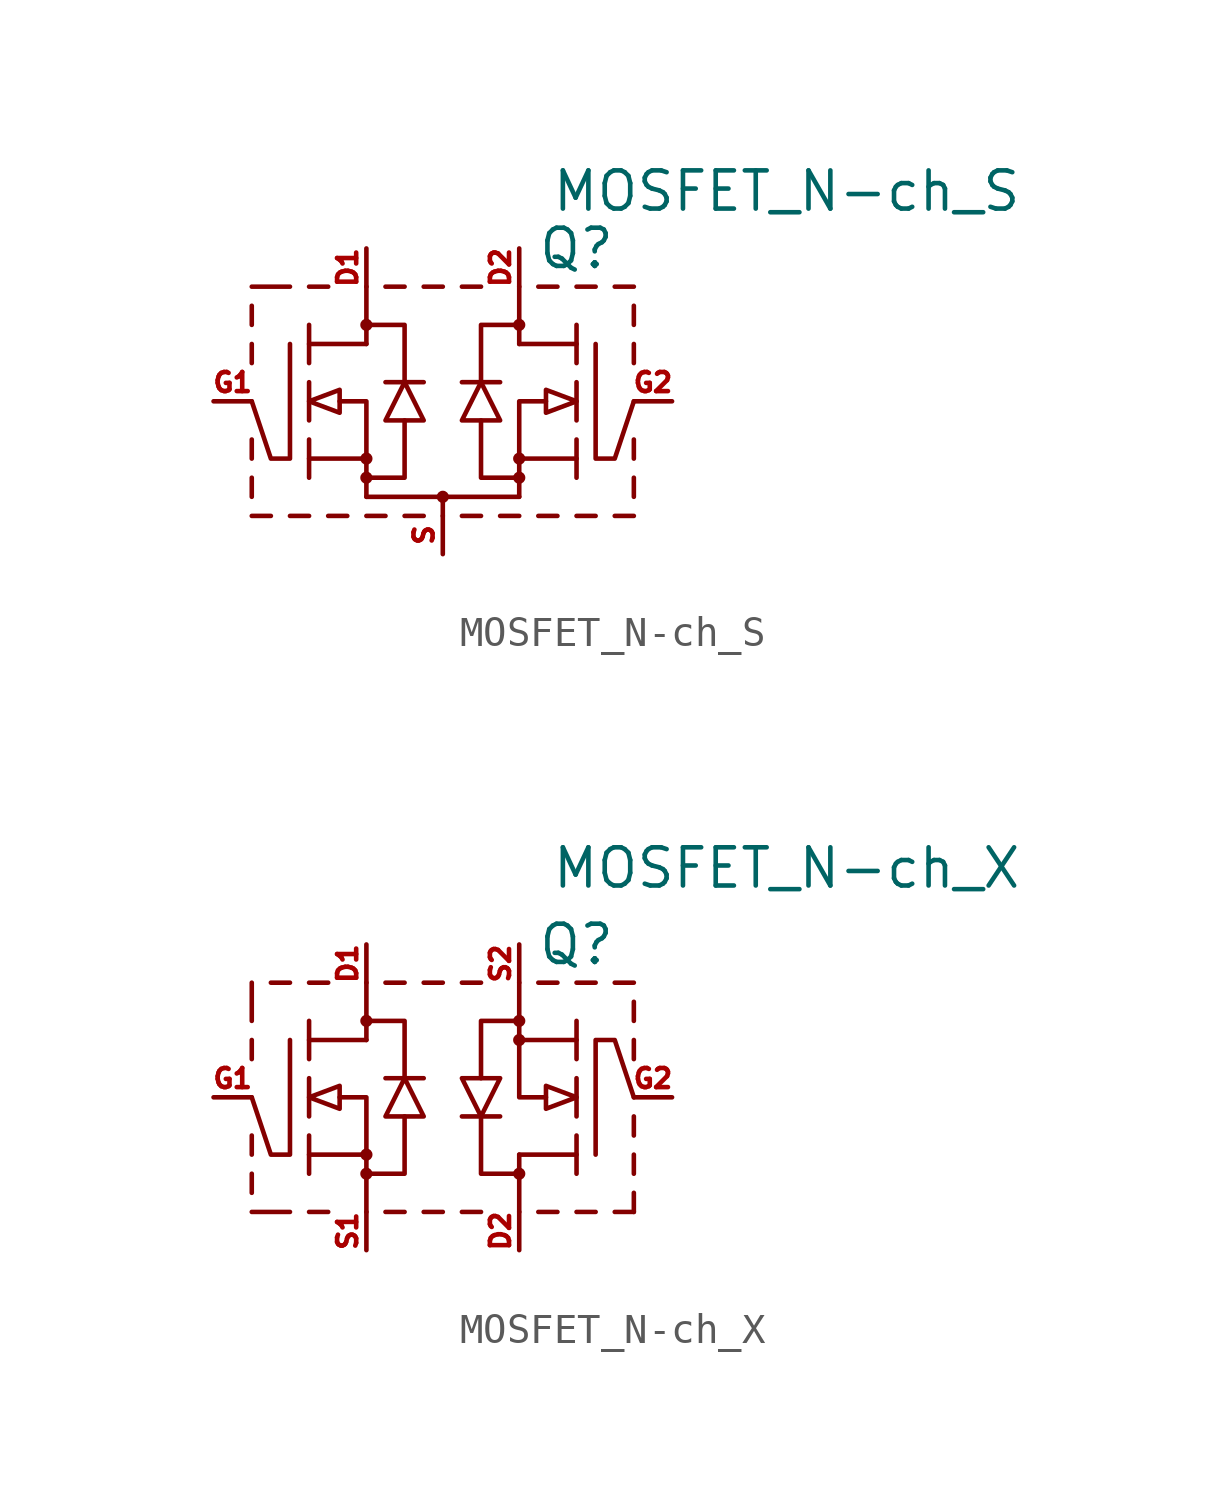
<source format=kicad_sym>
(kicad_symbol_lib
  (version 20211014)
  (generator kicad_symbol_editor)
  (symbol "MOSFET_N-ch_S"
    (pin_names hide)
    (property "Reference" "Q"
      (at 4.445 5.08 0)
      (effects (font (size 1.27 1.27))))
    (property "Value" "MOSFET_N-ch_S"
      (at 11.43 6.985 0)
      (effects (font (size 1.27 1.27))))
    (symbol "MOSFET_N-ch_S_0_1"
      (circle (center -2.54 -2.54) (radius 0.127) (stroke (width 0) (type default) (color 0 0 0 0)) (fill (type outline)))
      (circle (center -2.54 -1.905) (radius 0.127) (stroke (width 0) (type default) (color 0 0 0 0)) (fill (type outline)))
      (circle (center -2.54 2.54) (radius 0.127) (stroke (width 0) (type default) (color 0 0 0 0)) (fill (type outline)))
      (circle (center 0 -3.175) (radius 0.127) (stroke (width 0) (type default) (color 0 0 0 0)) (fill (type outline)))
      (polyline (pts (xy -6.35 -3.175) (xy -6.35 -2.54)) (stroke (width 0) (type default) (color 0 0 0 0)) (fill (type none)))
      (polyline (pts (xy -6.35 -1.905) (xy -6.35 -1.27)) (stroke (width 0) (type default) (color 0 0 0 0)) (fill (type none)))
      (polyline (pts (xy -6.35 1.27) (xy -6.35 1.905)) (stroke (width 0) (type default) (color 0 0 0 0)) (fill (type none)))
      (polyline (pts (xy -6.35 2.54) (xy -6.35 3.175)) (stroke (width 0) (type default) (color 0 0 0 0)) (fill (type none)))
      (polyline (pts (xy -6.35 3.81) (xy -5.08 3.81)) (stroke (width 0) (type default) (color 0 0 0 0)) (fill (type none)))
      (polyline (pts (xy -5.715 -3.81) (xy -6.35 -3.81)) (stroke (width 0) (type default) (color 0 0 0 0)) (fill (type none)))
      (polyline (pts (xy -4.445 -3.81) (xy -5.08 -3.81)) (stroke (width 0) (type default) (color 0 0 0 0)) (fill (type none)))
      (polyline (pts (xy -4.445 -1.905) (xy -2.54 -1.905)) (stroke (width 0) (type default) (color 0 0 0 0)) (fill (type none)))
      (polyline (pts (xy -4.445 -1.27) (xy -4.445 -2.54)) (stroke (width 0) (type default) (color 0 0 0 0)) (fill (type none)))
      (polyline (pts (xy -4.445 0.635) (xy -4.445 -0.635)) (stroke (width 0) (type default) (color 0 0 0 0)) (fill (type none)))
      (polyline (pts (xy -4.445 1.905) (xy -2.54 1.905)) (stroke (width 0) (type default) (color 0 0 0 0)) (fill (type none)))
      (polyline (pts (xy -4.445 2.54) (xy -4.445 1.27)) (stroke (width 0) (type default) (color 0 0 0 0)) (fill (type none)))
      (polyline (pts (xy -4.445 3.81) (xy -3.81 3.81)) (stroke (width 0) (type default) (color 0 0 0 0)) (fill (type none)))
      (polyline (pts (xy -3.175 -3.81) (xy -3.81 -3.81)) (stroke (width 0) (type default) (color 0 0 0 0)) (fill (type none)))
      (polyline (pts (xy -2.54 -3.175) (xy 2.54 -3.175)) (stroke (width 0) (type default) (color 0 0 0 0)) (fill (type none)))
      (polyline (pts (xy -2.54 -1.905) (xy -2.54 -3.175)) (stroke (width 0) (type default) (color 0 0 0 0)) (fill (type none)))
      (polyline (pts (xy -2.54 3.81) (xy -2.54 1.905)) (stroke (width 0) (type default) (color 0 0 0 0)) (fill (type none)))
      (polyline (pts (xy -1.905 -3.81) (xy -2.54 -3.81)) (stroke (width 0) (type default) (color 0 0 0 0)) (fill (type none)))
      (polyline (pts (xy -1.905 0.635) (xy -0.635 0.635)) (stroke (width 0) (type default) (color 0 0 0 0)) (fill (type none)))
      (polyline (pts (xy -1.905 3.81) (xy -1.27 3.81)) (stroke (width 0) (type default) (color 0 0 0 0)) (fill (type none)))
      (polyline (pts (xy -0.635 -3.81) (xy -1.27 -3.81)) (stroke (width 0) (type default) (color 0 0 0 0)) (fill (type none)))
      (polyline (pts (xy -0.635 3.81) (xy 0 3.81)) (stroke (width 0) (type default) (color 0 0 0 0)) (fill (type none)))
      (polyline (pts (xy 0 -3.81) (xy 0 -3.175)) (stroke (width 0) (type default) (color 0 0 0 0)) (fill (type none)))
      (polyline (pts (xy 0.635 3.81) (xy 1.27 3.81)) (stroke (width 0) (type default) (color 0 0 0 0)) (fill (type none)))
      (polyline (pts (xy 1.27 -3.81) (xy 0.635 -3.81)) (stroke (width 0) (type default) (color 0 0 0 0)) (fill (type none)))
      (polyline (pts (xy 1.905 0.635) (xy 0.635 0.635)) (stroke (width 0) (type default) (color 0 0 0 0)) (fill (type none)))
      (polyline (pts (xy 2.54 -3.81) (xy 1.905 -3.81)) (stroke (width 0) (type default) (color 0 0 0 0)) (fill (type none)))
      (polyline (pts (xy 2.54 -3.175) (xy 2.54 -1.905)) (stroke (width 0) (type default) (color 0 0 0 0)) (fill (type none)))
      (polyline (pts (xy 2.54 1.905) (xy 2.54 3.81)) (stroke (width 0) (type default) (color 0 0 0 0)) (fill (type none)))
      (polyline (pts (xy 3.175 3.81) (xy 3.81 3.81)) (stroke (width 0) (type default) (color 0 0 0 0)) (fill (type none)))
      (polyline (pts (xy 3.81 -3.81) (xy 3.175 -3.81)) (stroke (width 0) (type default) (color 0 0 0 0)) (fill (type none)))
      (polyline (pts (xy 4.445 -1.905) (xy 2.54 -1.905)) (stroke (width 0) (type default) (color 0 0 0 0)) (fill (type none)))
      (polyline (pts (xy 4.445 -1.27) (xy 4.445 -2.54)) (stroke (width 0) (type default) (color 0 0 0 0)) (fill (type none)))
      (polyline (pts (xy 4.445 0.635) (xy 4.445 -0.635)) (stroke (width 0) (type default) (color 0 0 0 0)) (fill (type none)))
      (polyline (pts (xy 4.445 1.905) (xy 2.54 1.905)) (stroke (width 0) (type default) (color 0 0 0 0)) (fill (type none)))
      (polyline (pts (xy 4.445 2.54) (xy 4.445 1.27)) (stroke (width 0) (type default) (color 0 0 0 0)) (fill (type none)))
      (polyline (pts (xy 4.445 3.81) (xy 5.08 3.81)) (stroke (width 0) (type default) (color 0 0 0 0)) (fill (type none)))
      (polyline (pts (xy 5.08 -3.81) (xy 4.445 -3.81)) (stroke (width 0) (type default) (color 0 0 0 0)) (fill (type none)))
      (polyline (pts (xy 5.715 3.81) (xy 6.35 3.81)) (stroke (width 0) (type default) (color 0 0 0 0)) (fill (type none)))
      (polyline (pts (xy 6.35 -3.81) (xy 5.715 -3.81)) (stroke (width 0) (type default) (color 0 0 0 0)) (fill (type none)))
      (polyline (pts (xy 6.35 -2.54) (xy 6.35 -3.175)) (stroke (width 0) (type default) (color 0 0 0 0)) (fill (type none)))
      (polyline (pts (xy 6.35 -1.27) (xy 6.35 -1.905)) (stroke (width 0) (type default) (color 0 0 0 0)) (fill (type none)))
      (polyline (pts (xy 6.35 1.905) (xy 6.35 1.27)) (stroke (width 0) (type default) (color 0 0 0 0)) (fill (type none)))
      (polyline (pts (xy 6.35 3.175) (xy 6.35 2.54)) (stroke (width 0) (type default) (color 0 0 0 0)) (fill (type none)))
      (polyline (pts (xy -3.429 0) (xy -2.54 0) (xy -2.54 -1.905)) (stroke (width 0) (type default) (color 0 0 0 0)) (fill (type none)))
      (polyline (pts (xy -2.54 -2.54) (xy -1.27 -2.54) (xy -1.27 -0.635)) (stroke (width 0) (type default) (color 0 0 0 0)) (fill (type none)))
      (polyline (pts (xy -2.54 2.54) (xy -1.27 2.54) (xy -1.27 0.635)) (stroke (width 0) (type default) (color 0 0 0 0)) (fill (type none)))
      (polyline (pts (xy 2.54 -2.54) (xy 1.27 -2.54) (xy 1.27 -0.635)) (stroke (width 0) (type default) (color 0 0 0 0)) (fill (type none)))
      (polyline (pts (xy 2.54 2.54) (xy 1.27 2.54) (xy 1.27 0.635)) (stroke (width 0) (type default) (color 0 0 0 0)) (fill (type none)))
      (polyline (pts (xy 3.429 0) (xy 2.54 0) (xy 2.54 -1.905)) (stroke (width 0) (type default) (color 0 0 0 0)) (fill (type none)))
      (polyline (pts (xy -5.08 1.905) (xy -5.08 -1.905) (xy -5.715 -1.905) (xy -6.35 0)) (stroke (width 0) (type default) (color 0 0 0 0)) (fill (type none)))
      (polyline (pts (xy -4.445 0) (xy -3.429 0.381) (xy -3.429 -0.381) (xy -4.445 0)) (stroke (width 0) (type default) (color 0 0 0 0)) (fill (type none)))
      (polyline (pts (xy -1.27 0.635) (xy -1.905 -0.635) (xy -0.635 -0.635) (xy -1.27 0.635)) (stroke (width 0) (type default) (color 0 0 0 0)) (fill (type none)))
      (polyline (pts (xy 1.27 0.635) (xy 1.905 -0.635) (xy 0.635 -0.635) (xy 1.27 0.635)) (stroke (width 0) (type default) (color 0 0 0 0)) (fill (type none)))
      (polyline (pts (xy 4.445 0) (xy 3.429 0.381) (xy 3.429 -0.381) (xy 4.445 0)) (stroke (width 0) (type default) (color 0 0 0 0)) (fill (type none)))
      (polyline (pts (xy 5.08 1.905) (xy 5.08 -1.905) (xy 5.715 -1.905) (xy 6.35 0)) (stroke (width 0) (type default) (color 0 0 0 0)) (fill (type none)))
      (circle (center 2.54 -2.54) (radius 0.127) (stroke (width 0) (type default) (color 0 0 0 0)) (fill (type outline)))
      (circle (center 2.54 -1.905) (radius 0.127) (stroke (width 0) (type default) (color 0 0 0 0)) (fill (type outline)))
      (circle (center 2.54 2.54) (radius 0.127) (stroke (width 0) (type default) (color 0 0 0 0)) (fill (type outline))))
    (symbol "MOSFET_N-ch_S_1_1"
      (pin passive line (at -2.54 5.08 270) (length 1.27) (name "Drain" (effects (font (size 0.635 0.635)))) (number "D1" (effects (font (size 0.635 0.635)))))
      (pin passive line (at 2.54 5.08 270) (length 1.27) (name "Drain" (effects (font (size 0.635 0.635)))) (number "D2" (effects (font (size 0.635 0.635)))))
      (pin passive line (at -7.62 0 0) (length 1.27) (name "Gate" (effects (font (size 0.635 0.635)))) (number "G1" (effects (font (size 0.635 0.635)))))
      (pin passive line (at 7.62 0 180) (length 1.27) (name "Gate" (effects (font (size 0.635 0.635)))) (number "G2" (effects (font (size 0.635 0.635)))))
      (pin passive line (at 0 -5.08 90) (length 1.27) (name "Source" (effects (font (size 0.635 0.635)))) (number "S" (effects (font (size 0.635 0.635)))))))
  (symbol "MOSFET_N-ch_X"
    (pin_names hide)
    (property "Reference" "Q"
      (at 4.445 5.08 0)
      (effects (font (size 1.27 1.27))))
    (property "Value" "MOSFET_N-ch_X"
      (at 11.43 7.62 0)
      (effects (font (size 1.27 1.27))))
    (symbol "MOSFET_N-ch_X_0_1"
      (circle (center -2.54 -2.54) (radius 0.127) (stroke (width 0) (type default) (color 0 0 0 0)) (fill (type outline)))
      (circle (center -2.54 -1.905) (radius 0.127) (stroke (width 0) (type default) (color 0 0 0 0)) (fill (type outline)))
      (circle (center -2.54 2.54) (radius 0.127) (stroke (width 0) (type default) (color 0 0 0 0)) (fill (type outline)))
      (polyline (pts (xy -6.35 -3.175) (xy -6.35 -2.54)) (stroke (width 0) (type default) (color 0 0 0 0)) (fill (type none)))
      (polyline (pts (xy -6.35 -1.905) (xy -6.35 -1.27)) (stroke (width 0) (type default) (color 0 0 0 0)) (fill (type none)))
      (polyline (pts (xy -6.35 1.27) (xy -6.35 1.905)) (stroke (width 0) (type default) (color 0 0 0 0)) (fill (type none)))
      (polyline (pts (xy -6.35 2.54) (xy -6.35 3.81)) (stroke (width 0) (type default) (color 0 0 0 0)) (fill (type none)))
      (polyline (pts (xy -5.715 3.81) (xy -5.08 3.81)) (stroke (width 0) (type default) (color 0 0 0 0)) (fill (type none)))
      (polyline (pts (xy -5.08 -3.81) (xy -6.35 -3.81)) (stroke (width 0) (type default) (color 0 0 0 0)) (fill (type none)))
      (polyline (pts (xy -4.445 -1.905) (xy -2.54 -1.905)) (stroke (width 0) (type default) (color 0 0 0 0)) (fill (type none)))
      (polyline (pts (xy -4.445 -1.27) (xy -4.445 -2.54)) (stroke (width 0) (type default) (color 0 0 0 0)) (fill (type none)))
      (polyline (pts (xy -4.445 0.635) (xy -4.445 -0.635)) (stroke (width 0) (type default) (color 0 0 0 0)) (fill (type none)))
      (polyline (pts (xy -4.445 1.905) (xy -2.54 1.905)) (stroke (width 0) (type default) (color 0 0 0 0)) (fill (type none)))
      (polyline (pts (xy -4.445 2.54) (xy -4.445 1.27)) (stroke (width 0) (type default) (color 0 0 0 0)) (fill (type none)))
      (polyline (pts (xy -4.445 3.81) (xy -3.81 3.81)) (stroke (width 0) (type default) (color 0 0 0 0)) (fill (type none)))
      (polyline (pts (xy -3.81 -3.81) (xy -4.445 -3.81)) (stroke (width 0) (type default) (color 0 0 0 0)) (fill (type none)))
      (polyline (pts (xy -2.54 -1.905) (xy -2.54 -3.81)) (stroke (width 0) (type default) (color 0 0 0 0)) (fill (type none)))
      (polyline (pts (xy -2.54 3.81) (xy -2.54 1.905)) (stroke (width 0) (type default) (color 0 0 0 0)) (fill (type none)))
      (polyline (pts (xy -1.905 0.635) (xy -0.635 0.635)) (stroke (width 0) (type default) (color 0 0 0 0)) (fill (type none)))
      (polyline (pts (xy -1.905 3.81) (xy -1.27 3.81)) (stroke (width 0) (type default) (color 0 0 0 0)) (fill (type none)))
      (polyline (pts (xy -1.27 -3.81) (xy -1.905 -3.81)) (stroke (width 0) (type default) (color 0 0 0 0)) (fill (type none)))
      (polyline (pts (xy -0.635 3.81) (xy 0 3.81)) (stroke (width 0) (type default) (color 0 0 0 0)) (fill (type none)))
      (polyline (pts (xy 0 -3.81) (xy -0.635 -3.81)) (stroke (width 0) (type default) (color 0 0 0 0)) (fill (type none)))
      (polyline (pts (xy 0.635 3.81) (xy 1.27 3.81)) (stroke (width 0) (type default) (color 0 0 0 0)) (fill (type none)))
      (polyline (pts (xy 1.27 -3.81) (xy 0.635 -3.81)) (stroke (width 0) (type default) (color 0 0 0 0)) (fill (type none)))
      (polyline (pts (xy 1.905 -0.635) (xy 0.635 -0.635)) (stroke (width 0) (type default) (color 0 0 0 0)) (fill (type none)))
      (polyline (pts (xy 2.54 -3.81) (xy 2.54 -1.905)) (stroke (width 0) (type default) (color 0 0 0 0)) (fill (type none)))
      (polyline (pts (xy 2.54 1.905) (xy 2.54 3.81)) (stroke (width 0) (type default) (color 0 0 0 0)) (fill (type none)))
      (polyline (pts (xy 3.175 3.81) (xy 3.81 3.81)) (stroke (width 0) (type default) (color 0 0 0 0)) (fill (type none)))
      (polyline (pts (xy 3.81 -3.81) (xy 3.175 -3.81)) (stroke (width 0) (type default) (color 0 0 0 0)) (fill (type none)))
      (polyline (pts (xy 4.445 -2.54) (xy 4.445 -1.27)) (stroke (width 0) (type default) (color 0 0 0 0)) (fill (type none)))
      (polyline (pts (xy 4.445 -1.905) (xy 2.54 -1.905)) (stroke (width 0) (type default) (color 0 0 0 0)) (fill (type none)))
      (polyline (pts (xy 4.445 -0.635) (xy 4.445 0.635)) (stroke (width 0) (type default) (color 0 0 0 0)) (fill (type none)))
      (polyline (pts (xy 4.445 1.27) (xy 4.445 2.54)) (stroke (width 0) (type default) (color 0 0 0 0)) (fill (type none)))
      (polyline (pts (xy 4.445 1.905) (xy 2.54 1.905)) (stroke (width 0) (type default) (color 0 0 0 0)) (fill (type none)))
      (polyline (pts (xy 4.445 3.81) (xy 5.08 3.81)) (stroke (width 0) (type default) (color 0 0 0 0)) (fill (type none)))
      (polyline (pts (xy 5.08 -3.81) (xy 4.445 -3.81)) (stroke (width 0) (type default) (color 0 0 0 0)) (fill (type none)))
      (polyline (pts (xy 5.715 3.81) (xy 6.35 3.81)) (stroke (width 0) (type default) (color 0 0 0 0)) (fill (type none)))
      (polyline (pts (xy 6.35 -3.81) (xy 5.715 -3.81)) (stroke (width 0) (type default) (color 0 0 0 0)) (fill (type none)))
      (polyline (pts (xy 6.35 -3.175) (xy 6.35 -3.81)) (stroke (width 0) (type default) (color 0 0 0 0)) (fill (type none)))
      (polyline (pts (xy 6.35 -1.905) (xy 6.35 -2.54)) (stroke (width 0) (type default) (color 0 0 0 0)) (fill (type none)))
      (polyline (pts (xy 6.35 -0.635) (xy 6.35 -1.27)) (stroke (width 0) (type default) (color 0 0 0 0)) (fill (type none)))
      (polyline (pts (xy 6.35 1.905) (xy 6.35 1.27)) (stroke (width 0) (type default) (color 0 0 0 0)) (fill (type none)))
      (polyline (pts (xy 6.35 3.175) (xy 6.35 2.54)) (stroke (width 0) (type default) (color 0 0 0 0)) (fill (type none)))
      (polyline (pts (xy -3.429 0) (xy -2.54 0) (xy -2.54 -1.905)) (stroke (width 0) (type default) (color 0 0 0 0)) (fill (type none)))
      (polyline (pts (xy -2.54 -2.54) (xy -1.27 -2.54) (xy -1.27 -0.635)) (stroke (width 0) (type default) (color 0 0 0 0)) (fill (type none)))
      (polyline (pts (xy -2.54 2.54) (xy -1.27 2.54) (xy -1.27 0.635)) (stroke (width 0) (type default) (color 0 0 0 0)) (fill (type none)))
      (polyline (pts (xy 2.54 -2.54) (xy 1.27 -2.54) (xy 1.27 -0.635)) (stroke (width 0) (type default) (color 0 0 0 0)) (fill (type none)))
      (polyline (pts (xy 2.54 2.54) (xy 1.27 2.54) (xy 1.27 0.635)) (stroke (width 0) (type default) (color 0 0 0 0)) (fill (type none)))
      (polyline (pts (xy 3.429 0) (xy 2.54 0) (xy 2.54 1.905)) (stroke (width 0) (type default) (color 0 0 0 0)) (fill (type none)))
      (polyline (pts (xy -5.08 1.905) (xy -5.08 -1.905) (xy -5.715 -1.905) (xy -6.35 0)) (stroke (width 0) (type default) (color 0 0 0 0)) (fill (type none)))
      (polyline (pts (xy -4.445 0) (xy -3.429 0.381) (xy -3.429 -0.381) (xy -4.445 0)) (stroke (width 0) (type default) (color 0 0 0 0)) (fill (type none)))
      (polyline (pts (xy -1.27 0.635) (xy -1.905 -0.635) (xy -0.635 -0.635) (xy -1.27 0.635)) (stroke (width 0) (type default) (color 0 0 0 0)) (fill (type none)))
      (polyline (pts (xy 1.27 -0.635) (xy 1.905 0.635) (xy 0.635 0.635) (xy 1.27 -0.635)) (stroke (width 0) (type default) (color 0 0 0 0)) (fill (type none)))
      (polyline (pts (xy 4.445 0) (xy 3.429 -0.381) (xy 3.429 0.381) (xy 4.445 0)) (stroke (width 0) (type default) (color 0 0 0 0)) (fill (type none)))
      (polyline (pts (xy 5.08 -1.905) (xy 5.08 1.905) (xy 5.715 1.905) (xy 6.35 0)) (stroke (width 0) (type default) (color 0 0 0 0)) (fill (type none)))
      (circle (center 2.54 -2.54) (radius 0.127) (stroke (width 0) (type default) (color 0 0 0 0)) (fill (type outline)))
      (circle (center 2.54 1.905) (radius 0.127) (stroke (width 0) (type default) (color 0 0 0 0)) (fill (type outline)))
      (circle (center 2.54 2.54) (radius 0.127) (stroke (width 0) (type default) (color 0 0 0 0)) (fill (type outline))))
    (symbol "MOSFET_N-ch_X_1_1"
      (pin passive line (at -2.54 5.08 270) (length 1.27) (name "Drain" (effects (font (size 0.635 0.635)))) (number "D1" (effects (font (size 0.635 0.635)))))
      (pin passive line (at 2.54 -5.08 90) (length 1.27) (name "Drain" (effects (font (size 0.635 0.635)))) (number "D2" (effects (font (size 0.635 0.635)))))
      (pin passive line (at -7.62 0 0) (length 1.27) (name "Gate" (effects (font (size 0.635 0.635)))) (number "G1" (effects (font (size 0.635 0.635)))))
      (pin passive line (at 7.62 0 180) (length 1.27) (name "Gate" (effects (font (size 0.635 0.635)))) (number "G2" (effects (font (size 0.635 0.635)))))
      (pin passive line (at -2.54 -5.08 90) (length 1.27) (name "Source" (effects (font (size 0.635 0.635)))) (number "S1" (effects (font (size 0.635 0.635)))))
      (pin passive line (at 2.54 5.08 270) (length 1.27) (name "Source" (effects (font (size 0.635 0.635)))) (number "S2" (effects (font (size 0.635 0.635))))))))
</source>
